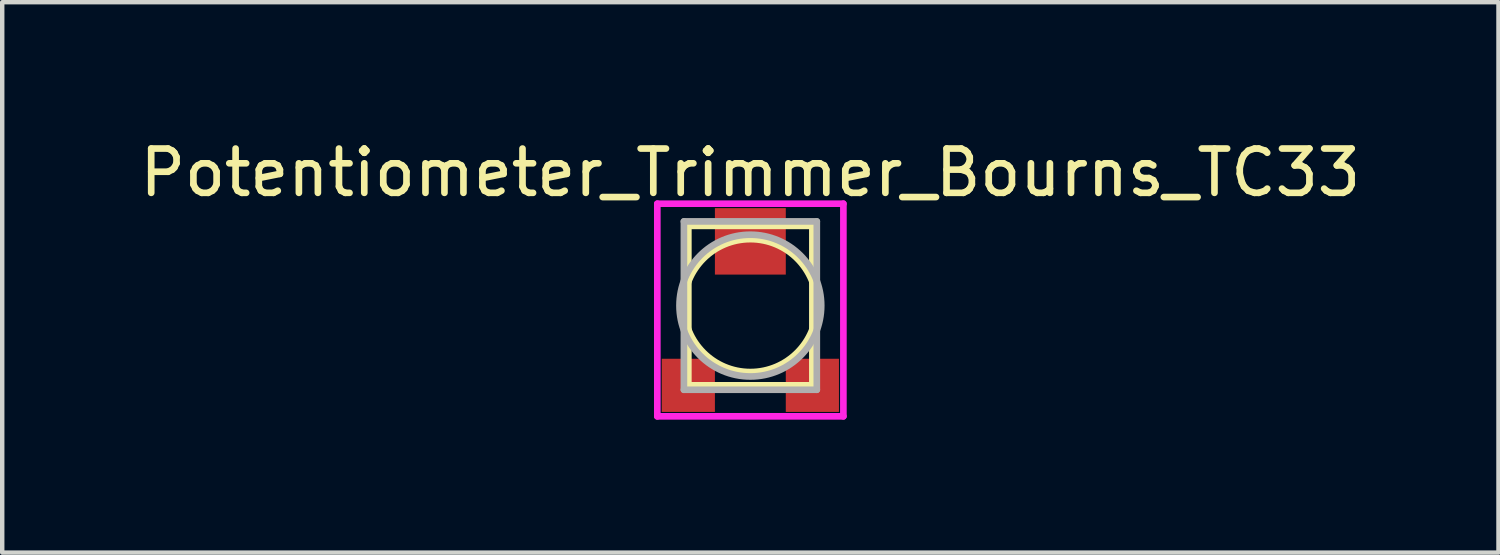
<source format=kicad_pcb>
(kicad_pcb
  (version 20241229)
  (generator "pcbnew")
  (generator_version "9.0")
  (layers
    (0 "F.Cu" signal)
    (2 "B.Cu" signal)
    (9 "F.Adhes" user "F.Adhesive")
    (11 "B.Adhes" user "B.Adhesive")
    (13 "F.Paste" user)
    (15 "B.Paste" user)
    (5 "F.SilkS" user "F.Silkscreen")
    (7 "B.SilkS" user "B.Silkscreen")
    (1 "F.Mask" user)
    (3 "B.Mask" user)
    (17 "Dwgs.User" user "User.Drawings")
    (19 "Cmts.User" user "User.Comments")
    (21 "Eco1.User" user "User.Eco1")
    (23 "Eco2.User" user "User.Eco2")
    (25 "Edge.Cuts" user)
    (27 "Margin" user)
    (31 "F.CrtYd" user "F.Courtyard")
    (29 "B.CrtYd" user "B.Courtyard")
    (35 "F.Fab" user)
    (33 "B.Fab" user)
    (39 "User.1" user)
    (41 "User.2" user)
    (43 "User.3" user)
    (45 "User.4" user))
  (footprint "Potentiometer_Trimmer_Bourns_TC33"
    (layer "F.Cu")
    (at 13.887 3.848)
    (property "Reference" "Potentiometer_Trimmer_Bourns_TC33" (at 0 -3 0) (layer "F.SilkS") (effects (font (size 1 1) (thickness 0.15))))
    (attr through_hole)
    (fp_line (start -1.4 -1.8) (end 1.4 -1.8) (stroke (width 0.15) (type solid)) (layer "F.SilkS"))
    (fp_line (start -1.4 1.8) (end -1.4 -1.8) (stroke (width 0.15) (type solid)) (layer "F.SilkS"))
    (fp_line (start 1.4 -1.8) (end 1.4 1.8) (stroke (width 0.15) (type solid)) (layer "F.SilkS"))
    (fp_line (start 1.4 1.8) (end -1.4 1.8) (stroke (width 0.15) (type solid)) (layer "F.SilkS"))
    (fp_circle (center 0 0) (end 1.5 0) (stroke (width 0.15) (type solid)) (fill no) (layer "F.SilkS"))
    (fp_line (start -2.1 -2.3) (end 2.1 -2.3) (stroke (width 0.15) (type solid)) (layer "F.CrtYd"))
    (fp_line (start -2.1 2.5) (end -2.1 -2.3) (stroke (width 0.15) (type solid)) (layer "F.CrtYd"))
    (fp_line (start 2.1 -2.3) (end 2.1 2.5) (stroke (width 0.15) (type solid)) (layer "F.CrtYd"))
    (fp_line (start 2.1 2.5) (end -2.1 2.5) (stroke (width 0.15) (type solid)) (layer "F.CrtYd"))
    (fp_line (start -1.5 -1.9) (end -1.5 1.9) (stroke (width 0.15) (type solid)) (layer "F.Fab"))
    (fp_line (start -1.5 1.9) (end 1.5 1.9) (stroke (width 0.15) (type solid)) (layer "F.Fab"))
    (fp_line (start 1.5 -1.9) (end -1.5 -1.9) (stroke (width 0.15) (type solid)) (layer "F.Fab"))
    (fp_line (start 1.5 1.9) (end 1.5 -1.9) (stroke (width 0.15) (type solid)) (layer "F.Fab"))
    (fp_circle (center 0 0) (end 1.6 0) (stroke (width 0.15) (type solid)) (fill no) (layer "F.Fab"))
    (pad "1" smd rect (at -1.4 1.8) (size 1.2 1.2) (layers "F.Cu" "F.Mask" "F.Paste"))
    (pad "2" smd rect (at 0 -1.45) (size 1.6 1.5) (layers "F.Cu" "F.Mask" "F.Paste"))
    (pad "3" smd rect (at 1.4 1.8) (size 1.2 1.2) (layers "F.Cu" "F.Mask" "F.Paste")))
  (gr_rect
    (start -3 -3)
    (end 30.774 9.423)
    (stroke (width 0.1) (type default))
    (fill no)
    (layer "Edge.Cuts")))
</source>
